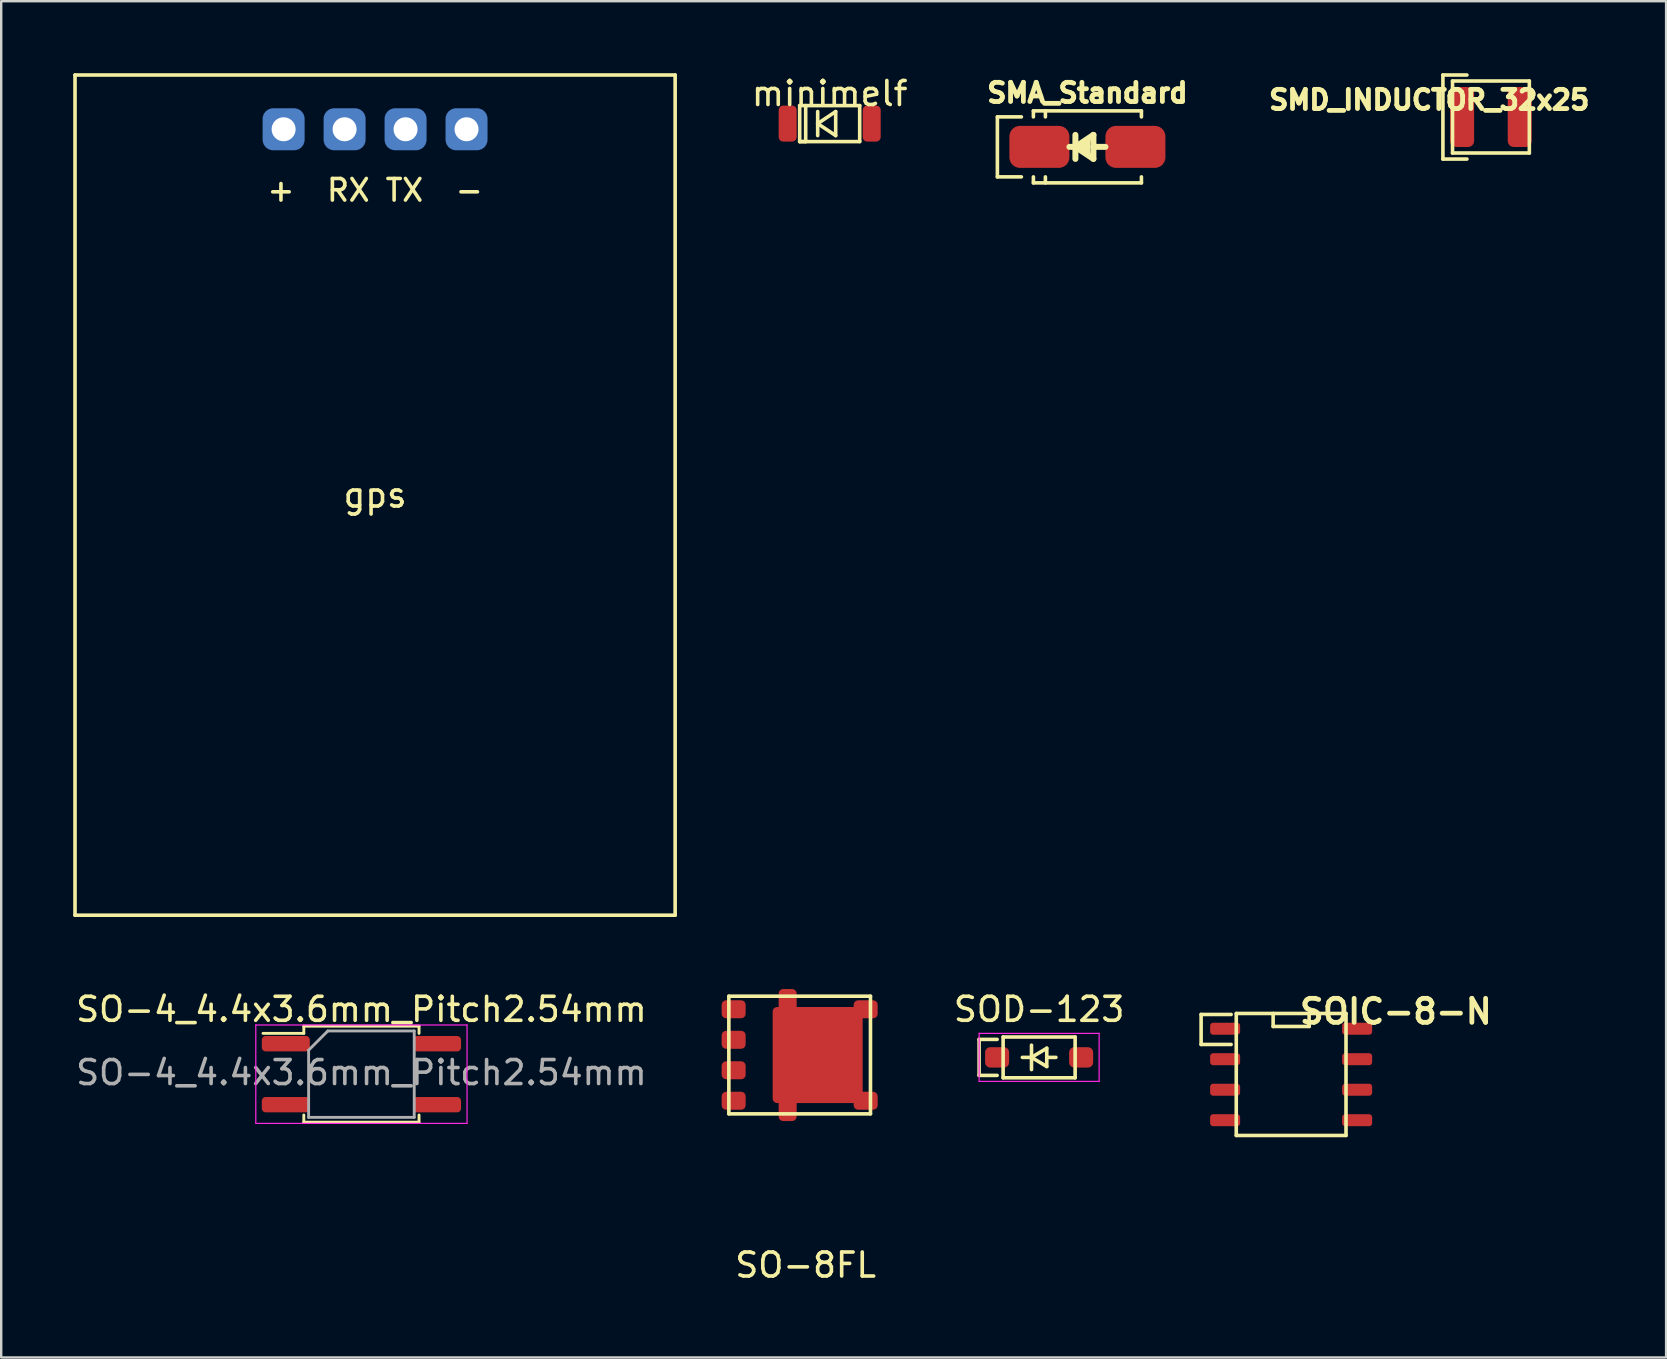
<source format=kicad_pcb>
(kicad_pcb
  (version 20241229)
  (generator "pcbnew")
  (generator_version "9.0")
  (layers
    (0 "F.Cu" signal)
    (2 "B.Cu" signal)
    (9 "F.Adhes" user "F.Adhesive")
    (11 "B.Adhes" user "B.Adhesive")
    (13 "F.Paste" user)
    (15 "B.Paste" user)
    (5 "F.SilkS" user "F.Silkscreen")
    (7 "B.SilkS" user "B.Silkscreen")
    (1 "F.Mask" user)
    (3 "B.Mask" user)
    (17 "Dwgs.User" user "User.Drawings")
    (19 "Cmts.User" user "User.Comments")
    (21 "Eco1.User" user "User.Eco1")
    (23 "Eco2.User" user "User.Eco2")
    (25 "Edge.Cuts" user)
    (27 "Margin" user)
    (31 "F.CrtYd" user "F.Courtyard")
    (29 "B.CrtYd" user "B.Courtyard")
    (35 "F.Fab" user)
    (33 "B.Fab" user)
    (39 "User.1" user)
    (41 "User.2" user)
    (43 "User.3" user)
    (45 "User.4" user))
  (footprint "minimelf"
    (layer "F.Cu")
    (at 31.513 2.098)
    (property "Reference" "minimelf" (at 0 -1.25 0) (unlocked yes) (layer "F.SilkS") (effects (font (size 1 1) (thickness 0.15))))
    (attr smd)
    (fp_line (start -1.25 -0.75) (end -1.25 0.75) (stroke (width 0.15) (type solid)) (layer "F.SilkS"))
    (fp_line (start -1.25 -0.75) (end 1.25 -0.75) (stroke (width 0.15) (type solid)) (layer "F.SilkS"))
    (fp_line (start -1.25 0.75) (end -1 0.75) (stroke (width 0.15) (type solid)) (layer "F.SilkS"))
    (fp_line (start -1.25 0.75) (end 1.25 0.75) (stroke (width 0.15) (type solid)) (layer "F.SilkS"))
    (fp_line (start -1 0.75) (end -1 -0.75) (stroke (width 0.15) (type solid)) (layer "F.SilkS"))
    (fp_line (start -0.5 -0.5) (end -0.5 0.5) (stroke (width 0.15) (type solid)) (layer "F.SilkS"))
    (fp_line (start -0.5 0) (end 0.25 -0.5) (stroke (width 0.15) (type solid)) (layer "F.SilkS"))
    (fp_line (start 0.25 -0.5) (end 0.25 0.5) (stroke (width 0.15) (type solid)) (layer "F.SilkS"))
    (fp_line (start 0.25 0.5) (end -0.5 0) (stroke (width 0.15) (type solid)) (layer "F.SilkS"))
    (fp_line (start 1.25 0.75) (end 1.25 -0.75) (stroke (width 0.15) (type solid)) (layer "F.SilkS"))
    (pad "1" smd roundrect (at -1.75 0 180) (size 0.75 1.5) (layers "F.Cu" "F.Mask" "F.Paste") (roundrect_rratio 0.25))
    (pad "2" smd roundrect (at 1.75 0 180) (size 0.75 1.5) (layers "F.Cu" "F.Mask" "F.Paste") (roundrect_rratio 0.25)))
  (footprint "SOIC-8-N"
    (layer "F.Cu")
    (at 50.736 41.71)
    (property "Reference" "SOIC-8-N" (at 4.362 -2.624 0) (layer "F.SilkS") (effects (font (size 1 1) (thickness 0.2))))
    (attr smd)
    (fp_line (start -3.75 -2.5) (end -2.5 -2.5) (stroke (width 0.15) (type solid)) (layer "F.SilkS"))
    (fp_line (start -3.75 -1.25) (end -3.75 -2.5) (stroke (width 0.15) (type solid)) (layer "F.SilkS"))
    (fp_line (start -2.5 -1.25) (end -3.75 -1.25) (stroke (width 0.15) (type solid)) (layer "F.SilkS"))
    (fp_line (start -2.286 -2.54) (end 2.286 -2.54) (stroke (width 0.15) (type solid)) (layer "F.SilkS"))
    (fp_line (start -2.286 2.54) (end -2.286 -2.54) (stroke (width 0.15) (type solid)) (layer "F.SilkS"))
    (fp_line (start -0.75 -2) (end -0.75 -2.54) (stroke (width 0.15) (type solid)) (layer "F.SilkS"))
    (fp_line (start 0.75 -2.5) (end 0.75 -2) (stroke (width 0.15) (type solid)) (layer "F.SilkS"))
    (fp_line (start 0.75 -2) (end -0.75 -2) (stroke (width 0.15) (type solid)) (layer "F.SilkS"))
    (fp_line (start 2.286 -2.54) (end 2.286 2.54) (stroke (width 0.15) (type solid)) (layer "F.SilkS"))
    (fp_line (start 2.286 2.54) (end -2.286 2.54) (stroke (width 0.15) (type solid)) (layer "F.SilkS"))
    (pad "1" smd roundrect (at -2.75 -1.905 270) (size 0.5 1.25) (layers "F.Cu" "F.Mask" "F.Paste") (roundrect_rratio 0.25))
    (pad "2" smd roundrect (at -2.75 -0.635 270) (size 0.5 1.25) (layers "F.Cu" "F.Mask" "F.Paste") (roundrect_rratio 0.25))
    (pad "3" smd roundrect (at -2.75 0.635 270) (size 0.5 1.25) (layers "F.Cu" "F.Mask" "F.Paste") (roundrect_rratio 0.25))
    (pad "4" smd roundrect (at -2.75 1.905 270) (size 0.5 1.25) (layers "F.Cu" "F.Mask" "F.Paste") (roundrect_rratio 0.25))
    (pad "5" smd roundrect (at 2.75 1.905 270) (size 0.5 1.25) (layers "F.Cu" "F.Mask" "F.Paste") (roundrect_rratio 0.25))
    (pad "6" smd roundrect (at 2.75 0.635 270) (size 0.5 1.25) (layers "F.Cu" "F.Mask" "F.Paste") (roundrect_rratio 0.25))
    (pad "7" smd roundrect (at 2.75 -0.635 270) (size 0.5 1.25) (layers "F.Cu" "F.Mask" "F.Paste") (roundrect_rratio 0.25))
    (pad "8" smd roundrect (at 2.75 -1.905 270) (size 0.5 1.25) (layers "F.Cu" "F.Mask" "F.Paste") (roundrect_rratio 0.25)))
  (footprint "SOD-123"
    (layer "F.Cu")
    (at 40.238 40.998)
    (property "Reference" "SOD-123" (at 0 -2 0) (layer "F.SilkS") (effects (font (size 1 1) (thickness 0.15))))
    (attr smd)
    (fp_line (start -2.5 -0.75) (end -2.5 0.75) (stroke (width 0.15) (type solid)) (layer "F.SilkS"))
    (fp_line (start -2.5 0.75) (end -1.75 0.75) (stroke (width 0.15) (type solid)) (layer "F.SilkS"))
    (fp_line (start -1.75 -0.75) (end -2.5 -0.75) (stroke (width 0.15) (type solid)) (layer "F.SilkS"))
    (fp_line (start -1.5 -0.85) (end -1.5 0.85) (stroke (width 0.15) (type solid)) (layer "F.SilkS"))
    (fp_line (start -1.5 -0.85) (end 1.5 -0.85) (stroke (width 0.15) (type solid)) (layer "F.SilkS"))
    (fp_line (start -1.5 0.85) (end 1.5 0.85) (stroke (width 0.15) (type solid)) (layer "F.SilkS"))
    (fp_line (start -0.699 0) (end -0.318 0) (stroke (width 0.15) (type solid)) (layer "F.SilkS"))
    (fp_line (start -0.318 -0.508) (end -0.318 0.508) (stroke (width 0.15) (type solid)) (layer "F.SilkS"))
    (fp_line (start -0.318 0) (end 0.318 -0.381) (stroke (width 0.15) (type solid)) (layer "F.SilkS"))
    (fp_line (start 0.318 -0.381) (end 0.318 0.381) (stroke (width 0.15) (type solid)) (layer "F.SilkS"))
    (fp_line (start 0.318 0) (end 0.699 0) (stroke (width 0.15) (type solid)) (layer "F.SilkS"))
    (fp_line (start 0.318 0.381) (end -0.318 0) (stroke (width 0.15) (type solid)) (layer "F.SilkS"))
    (fp_line (start 1.5 -0.85) (end 1.5 0.85) (stroke (width 0.15) (type solid)) (layer "F.SilkS"))
    (fp_line (start -2.5 -1) (end -2.5 1) (stroke (width 0.05) (type solid)) (layer "F.CrtYd"))
    (fp_line (start -2.5 -1) (end 2.5 -1) (stroke (width 0.05) (type solid)) (layer "F.CrtYd"))
    (fp_line (start 2.5 -1) (end 2.5 1) (stroke (width 0.05) (type solid)) (layer "F.CrtYd"))
    (fp_line (start 2.5 1) (end -2.5 1) (stroke (width 0.05) (type solid)) (layer "F.CrtYd"))
    (pad "1" smd roundrect (at -1.75 0) (size 1 0.85) (layers "F.Cu" "F.Mask" "F.Paste") (roundrect_rratio 0.25))
    (pad "2" smd roundrect (at 1.75 0) (size 1 0.85) (layers "F.Cu" "F.Mask" "F.Paste") (roundrect_rratio 0.25)))
  (footprint "SO-8FL"
    (layer "F.Cu")
    (at 30.262 40.9)
    (property "Reference" "SO-8FL" (at 0.25 8.75 0) (layer "F.SilkS") (effects (font (size 1 1) (thickness 0.15))))
    (attr through_hole)
    (fp_line (start -2.95 -2.45) (end 2.95 -2.45) (stroke (width 0.15) (type solid)) (layer "F.SilkS"))
    (fp_line (start -2.95 2.45) (end -2.95 -2.45) (stroke (width 0.15) (type solid)) (layer "F.SilkS"))
    (fp_line (start -2.95 2.45) (end 2.95 2.45) (stroke (width 0.15) (type solid)) (layer "F.SilkS"))
    (fp_line (start 2.95 2.45) (end 2.95 -2.45) (stroke (width 0.15) (type solid)) (layer "F.SilkS"))
    (pad "1" smd roundrect (at -2.75 -1.905) (size 1 0.75) (layers "F.Cu" "F.Mask" "F.Paste") (roundrect_rratio 0.25))
    (pad "2" smd roundrect (at -2.75 -0.635) (size 1 0.75) (layers "F.Cu" "F.Mask" "F.Paste") (roundrect_rratio 0.25))
    (pad "3" smd roundrect (at -2.75 0.635) (size 1 0.75) (layers "F.Cu" "F.Mask" "F.Paste") (roundrect_rratio 0.25))
    (pad "4" smd roundrect (at -2.75 1.905) (size 1 0.75) (layers "F.Cu" "F.Mask" "F.Paste") (roundrect_rratio 0.25))
    (pad "5" smd roundrect (at -0.5 -2.25 90) (size 1 0.75) (layers "F.Cu" "F.Mask" "F.Paste") (roundrect_rratio 0.25))
    (pad "5" smd roundrect (at -0.5 2.25 90) (size 1 0.75) (layers "F.Cu" "F.Mask" "F.Paste") (roundrect_rratio 0.25))
    (pad "5" smd roundrect (at 0.75 0) (size 3.75 4) (layers "F.Cu" "F.Mask" "F.Paste") (roundrect_rratio 0.05))
    (pad "5" smd roundrect (at 2.75 -1.905) (size 1 0.75) (layers "F.Cu" "F.Mask" "F.Paste") (roundrect_rratio 0.25))
    (pad "5" smd roundrect (at 2.75 1.905) (size 1 0.75) (layers "F.Cu" "F.Mask" "F.Paste") (roundrect_rratio 0.25)))
  (footprint "gps"
    (layer "F.Cu")
    (at 12.575 17.575)
    (property "Reference" "gps" (at 0 0 0) (layer "F.SilkS") (effects (font (size 1 1) (thickness 0.15))))
    (attr through_hole)
    (fp_line (start -12.5 -17.5) (end -12.5 17.5) (stroke (width 0.15) (type solid)) (layer "F.SilkS"))
    (fp_line (start -12.5 17.5) (end 12.5 17.5) (stroke (width 0.15) (type solid)) (layer "F.SilkS"))
    (fp_line (start 12.5 -17.5) (end -12.5 -17.5) (stroke (width 0.15) (type solid)) (layer "F.SilkS"))
    (fp_line (start 12.5 17.5) (end 12.5 -17.5) (stroke (width 0.15) (type solid)) (layer "F.SilkS"))
    (fp_text user "+  RX TX  -" (at 0 -12.7 0) (layer "F.SilkS") (effects (font (size 0.9 0.9) (thickness 0.15))))
    (pad "1" thru_hole circle (at -3.81 -15.24) (size 1.3 1.3) (drill 1) (layers "*.Cu" "*.Mask"))
    (pad "1" smd roundrect (at -3.81 -15.24) (size 1.5 1.5) (layers "F.Cu" "F.Mask") (roundrect_rratio 0.25))
    (pad "1" smd roundrect (at -3.81 -15.24) (size 1.75 1.75) (layers "B.Cu" "B.Mask") (roundrect_rratio 0.25))
    (pad "2" thru_hole circle (at -1.27 -15.24) (size 1.3 1.3) (drill 1) (layers "*.Cu" "*.Mask"))
    (pad "2" smd roundrect (at -1.27 -15.24) (size 1.5 1.5) (layers "F.Cu" "F.Mask") (roundrect_rratio 0.25))
    (pad "2" smd roundrect (at -1.27 -15.24) (size 1.75 1.75) (layers "B.Cu" "B.Mask") (roundrect_rratio 0.25))
    (pad "3" thru_hole circle (at 1.27 -15.24) (size 1.3 1.3) (drill 1) (layers "*.Cu" "*.Mask"))
    (pad "3" smd roundrect (at 1.27 -15.24) (size 1.5 1.5) (layers "F.Cu" "F.Mask") (roundrect_rratio 0.25))
    (pad "3" smd roundrect (at 1.27 -15.24) (size 1.75 1.75) (layers "B.Cu" "B.Mask") (roundrect_rratio 0.25))
    (pad "4" thru_hole circle (at 3.81 -15.24) (size 1.3 1.3) (drill 1) (layers "*.Cu" "*.Mask"))
    (pad "4" smd roundrect (at 3.81 -15.24) (size 1.5 1.5) (layers "F.Cu" "F.Mask") (roundrect_rratio 0.25))
    (pad "4" smd roundrect (at 3.81 -15.24) (size 1.75 1.75) (layers "B.Cu" "B.Mask") (roundrect_rratio 0.25)))
  (footprint "SMD_INDUCTOR_32x25"
    (layer "F.Cu")
    (at 59.059 1.825)
    (property "Reference" "SMD_INDUCTOR_32x25" (at -2.57 -0.712 0) (layer "F.SilkS") (effects (font (size 0.8 0.8) (thickness 0.2))))
    (attr smd)
    (fp_line (start -2 -1.75) (end -2 1.75) (stroke (width 0.15) (type solid)) (layer "F.SilkS"))
    (fp_line (start -2 1.75) (end -1 1.75) (stroke (width 0.15) (type solid)) (layer "F.SilkS"))
    (fp_line (start -1.6 -1.5) (end -1.6 1.5) (stroke (width 0.15) (type solid)) (layer "F.SilkS"))
    (fp_line (start -1.6 1.5) (end 1.6 1.5) (stroke (width 0.15) (type solid)) (layer "F.SilkS"))
    (fp_line (start -1 -1.75) (end -2 -1.75) (stroke (width 0.15) (type solid)) (layer "F.SilkS"))
    (fp_line (start 1.6 -1.5) (end -1.6 -1.5) (stroke (width 0.15) (type solid)) (layer "F.SilkS"))
    (fp_line (start 1.6 1.5) (end 1.6 -1.5) (stroke (width 0.15) (type solid)) (layer "F.SilkS"))
    (pad "1" smd roundrect (at -1.2 0 90) (size 2.5 1) (layers "F.Cu" "F.Mask" "F.Paste") (roundrect_rratio 0.25))
    (pad "2" smd roundrect (at 1.2 0 90) (size 2.5 1) (layers "F.Cu" "F.Mask" "F.Paste") (roundrect_rratio 0.25)))
  (footprint "SO-4_4.4x3.6mm_Pitch2.54mm"
    (layer "F.Cu")
    (at 12.006 41.698)
    (property "Reference" "SO-4_4.4x3.6mm_Pitch2.54mm" (at 0 -2.7 0) (layer "F.SilkS") (effects (font (size 1 1) (thickness 0.15))))
    (attr smd)
    (fp_line (start -2.4 -2) (end 2.4 -2) (stroke (width 0.12) (type solid)) (layer "F.SilkS"))
    (fp_line (start -2.4 -1.7) (end -4.1 -1.7) (stroke (width 0.12) (type solid)) (layer "F.SilkS"))
    (fp_line (start -2.4 -1.7) (end -2.4 -2) (stroke (width 0.12) (type solid)) (layer "F.SilkS"))
    (fp_line (start -2.4 2) (end -2.4 1.7) (stroke (width 0.12) (type solid)) (layer "F.SilkS"))
    (fp_line (start 2.4 -2) (end 2.4 -1.7) (stroke (width 0.12) (type solid)) (layer "F.SilkS"))
    (fp_line (start 2.4 1.7) (end 2.4 2) (stroke (width 0.12) (type solid)) (layer "F.SilkS"))
    (fp_line (start 2.4 2) (end -2.4 2) (stroke (width 0.12) (type solid)) (layer "F.SilkS"))
    (fp_line (start -4.4 -2.05) (end -4.4 2.05) (stroke (width 0.05) (type solid)) (layer "F.CrtYd"))
    (fp_line (start -4.4 -2.05) (end 4.4 -2.05) (stroke (width 0.05) (type solid)) (layer "F.CrtYd"))
    (fp_line (start 4.4 2.05) (end -4.4 2.05) (stroke (width 0.05) (type solid)) (layer "F.CrtYd"))
    (fp_line (start 4.4 2.05) (end 4.4 -2.05) (stroke (width 0.05) (type solid)) (layer "F.CrtYd"))
    (fp_line (start -2.2 -1) (end -1.4 -1.8) (stroke (width 0.12) (type solid)) (layer "F.Fab"))
    (fp_line (start -2.2 1.8) (end -2.2 -1) (stroke (width 0.12) (type solid)) (layer "F.Fab"))
    (fp_line (start -1.4 -1.8) (end 2.2 -1.8) (stroke (width 0.12) (type solid)) (layer "F.Fab"))
    (fp_line (start 2.2 -1.8) (end 2.2 1.8) (stroke (width 0.12) (type solid)) (layer "F.Fab"))
    (fp_line (start 2.2 1.8) (end -2.2 1.8) (stroke (width 0.12) (type solid)) (layer "F.Fab"))
    (fp_text user "${REFERENCE}" (at 0 -0.065 0) (layer "F.Fab") (effects (font (size 1 1) (thickness 0.15))))
    (pad "1" smd roundrect (at -3.15 -1.27) (size 2 0.64) (layers "F.Cu" "F.Mask" "F.Paste") (roundrect_rratio 0.25))
    (pad "2" smd roundrect (at -3.15 1.27) (size 2 0.64) (layers "F.Cu" "F.Mask" "F.Paste") (roundrect_rratio 0.25))
    (pad "3" smd roundrect (at 3.15 1.27) (size 2 0.64) (layers "F.Cu" "F.Mask" "F.Paste") (roundrect_rratio 0.25))
    (pad "4" smd roundrect (at 3.15 -1.27) (size 2 0.64) (layers "F.Cu" "F.Mask" "F.Paste") (roundrect_rratio 0.25)))
  (footprint "SMA_Standard"
    (layer "F.Cu")
    (at 42.249 3.069)
    (property "Reference" "SMA_Standard" (at 0 -2.25 0) (layer "F.SilkS") (effects (font (size 0.8 0.8) (thickness 0.2))))
    (attr smd)
    (fp_line (start -3.75 -1.25) (end -3.75 1.25) (stroke (width 0.15) (type solid)) (layer "F.SilkS"))
    (fp_line (start -3.75 1.25) (end -2.75 1.25) (stroke (width 0.15) (type solid)) (layer "F.SilkS"))
    (fp_line (start -2.75 -1.25) (end -3.75 -1.25) (stroke (width 0.15) (type solid)) (layer "F.SilkS"))
    (fp_line (start -2.25 -1.5) (end 2.25 -1.5) (stroke (width 0.15) (type solid)) (layer "F.SilkS"))
    (fp_line (start -2.25 -1.25) (end -2.25 -1.5) (stroke (width 0.15) (type solid)) (layer "F.SilkS"))
    (fp_line (start -2.25 1.5) (end -2.25 1.25) (stroke (width 0.15) (type solid)) (layer "F.SilkS"))
    (fp_line (start -2.25 1.5) (end 2.25 1.5) (stroke (width 0.15) (type solid)) (layer "F.SilkS"))
    (fp_line (start -1.75 -1.25) (end -1.75 -1.5) (stroke (width 0.15) (type solid)) (layer "F.SilkS"))
    (fp_line (start -1.75 1.5) (end -1.75 1.25) (stroke (width 0.15) (type solid)) (layer "F.SilkS"))
    (fp_line (start -0.75 0) (end -0.5 0) (stroke (width 0.25) (type solid)) (layer "F.SilkS"))
    (fp_line (start -0.5 -0.5) (end -0.5 0.5) (stroke (width 0.25) (type solid)) (layer "F.SilkS"))
    (fp_line (start -0.5 0) (end 0.25 -0.5) (stroke (width 0.25) (type solid)) (layer "F.SilkS"))
    (fp_line (start -0.25 0) (end 0 -0.25) (stroke (width 0.25) (type solid)) (layer "F.SilkS"))
    (fp_line (start 0 -0.25) (end 0 0.25) (stroke (width 0.25) (type solid)) (layer "F.SilkS"))
    (fp_line (start 0 0.25) (end -0.25 0) (stroke (width 0.25) (type solid)) (layer "F.SilkS"))
    (fp_line (start 0.25 -0.5) (end 0.25 0.5) (stroke (width 0.25) (type solid)) (layer "F.SilkS"))
    (fp_line (start 0.25 0) (end 0.75 0) (stroke (width 0.25) (type solid)) (layer "F.SilkS"))
    (fp_line (start 0.25 0.5) (end -0.5 0) (stroke (width 0.25) (type solid)) (layer "F.SilkS"))
    (fp_line (start 2.25 -1.25) (end 2.25 -1.5) (stroke (width 0.15) (type solid)) (layer "F.SilkS"))
    (fp_line (start 2.25 1.5) (end 2.25 1.25) (stroke (width 0.15) (type solid)) (layer "F.SilkS"))
    (pad "1" smd roundrect (at -2 0) (size 2.5 1.75) (layers "F.Cu" "F.Mask" "F.Paste") (roundrect_rratio 0.25))
    (pad "2" smd roundrect (at 2 0) (size 2.5 1.75) (layers "F.Cu" "F.Mask" "F.Paste") (roundrect_rratio 0.25)))
  (gr_rect
    (start -3 -3)
    (end 66.356 53.498)
    (stroke (width 0.1) (type default))
    (fill no)
    (layer "Edge.Cuts")))
</source>
